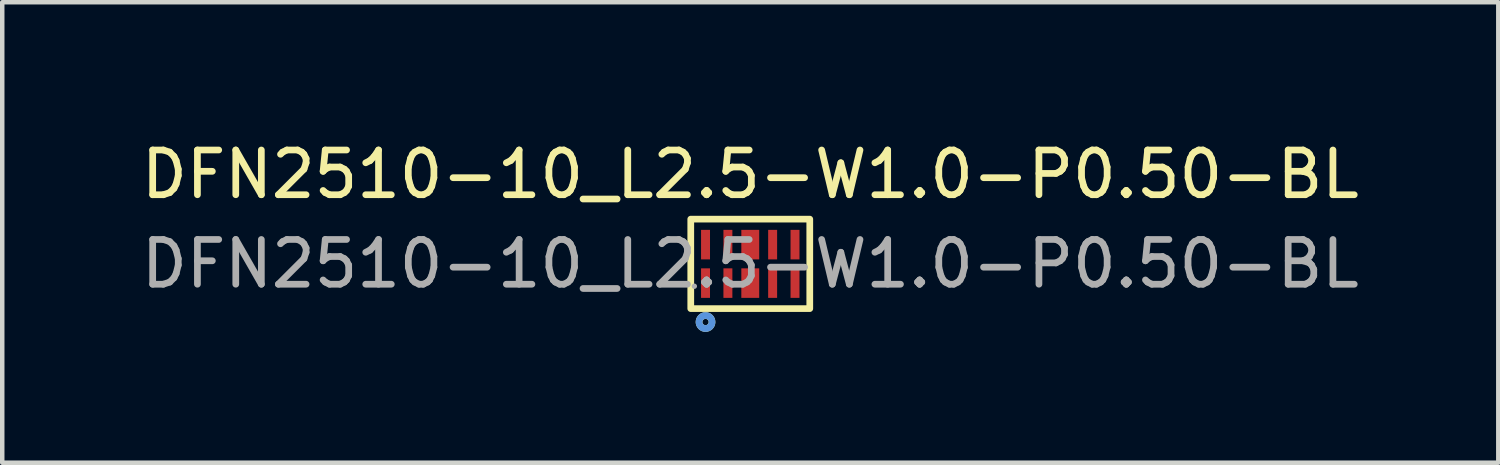
<source format=kicad_pcb>
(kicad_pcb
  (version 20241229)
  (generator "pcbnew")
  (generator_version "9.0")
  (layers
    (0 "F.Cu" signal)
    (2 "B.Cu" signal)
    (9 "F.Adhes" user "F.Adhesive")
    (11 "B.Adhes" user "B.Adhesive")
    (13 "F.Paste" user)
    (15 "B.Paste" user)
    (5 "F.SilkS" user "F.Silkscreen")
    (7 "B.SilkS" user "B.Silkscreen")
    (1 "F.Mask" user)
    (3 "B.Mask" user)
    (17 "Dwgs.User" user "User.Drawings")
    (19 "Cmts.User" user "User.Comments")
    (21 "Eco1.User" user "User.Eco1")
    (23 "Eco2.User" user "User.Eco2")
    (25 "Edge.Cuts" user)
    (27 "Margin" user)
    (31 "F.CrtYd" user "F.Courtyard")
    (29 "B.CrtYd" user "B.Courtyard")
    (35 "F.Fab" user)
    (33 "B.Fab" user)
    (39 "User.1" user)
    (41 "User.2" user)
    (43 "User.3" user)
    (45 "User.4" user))
  (footprint "DFN2510-10_L2.5-W1.0-P0.50-BL"
    (layer "F.Cu")
    (at 13.72 2.848)
    (property "Reference" "DFN2510-10_L2.5-W1.0-P0.50-BL" (at 0 -2 0) (layer "F.SilkS") (effects (font (size 1 1) (thickness 0.15))))
    (attr smd)
    (fp_rect (start -1.33 -1) (end 1.33 1) (stroke (width 0.15) (type solid)) (fill no) (layer "F.SilkS"))
    (fp_circle (center -1 1.3) (end -0.93 1.3) (stroke (width 0.15) (type solid)) (fill no) (layer "F.SilkS"))
    (fp_circle (center -1 1.3) (end -0.93 1.3) (stroke (width 0.15) (type solid)) (fill no) (layer "Cmts.User"))
    (fp_circle (center -1.25 0.5) (end -1.22 0.5) (stroke (width 0.06) (type solid)) (fill no) (layer "F.Fab"))
    (fp_text user "${REFERENCE}" (at 0 0 0) (layer "F.Fab") (effects (font (size 1 1) (thickness 0.15))))
    (pad "1" smd rect (at -1 0.43) (size 0.2 0.66) (layers "F.Cu" "F.Mask" "F.Paste"))
    (pad "2" smd rect (at -0.5 0.43) (size 0.2 0.66) (layers "F.Cu" "F.Mask" "F.Paste"))
    (pad "3" smd rect (at 0 0.43) (size 0.4 0.66) (layers "F.Cu" "F.Mask" "F.Paste"))
    (pad "4" smd rect (at 0.5 0.43) (size 0.2 0.66) (layers "F.Cu" "F.Mask" "F.Paste"))
    (pad "5" smd rect (at 1 0.43) (size 0.2 0.66) (layers "F.Cu" "F.Mask" "F.Paste"))
    (pad "6" smd rect (at 1 -0.43) (size 0.2 0.66) (layers "F.Cu" "F.Mask" "F.Paste"))
    (pad "7" smd rect (at 0.5 -0.43) (size 0.2 0.66) (layers "F.Cu" "F.Mask" "F.Paste"))
    (pad "8" smd rect (at 0 -0.43) (size 0.4 0.66) (layers "F.Cu" "F.Mask" "F.Paste"))
    (pad "9" smd rect (at -0.5 -0.43) (size 0.2 0.66) (layers "F.Cu" "F.Mask" "F.Paste"))
    (pad "10" smd rect (at -1 -0.43) (size 0.2 0.66) (layers "F.Cu" "F.Mask" "F.Paste")))
  (gr_rect
    (start -3 -3)
    (end 30.44 7.293)
    (stroke (width 0.1) (type default))
    (fill no)
    (layer "Edge.Cuts")))
</source>
